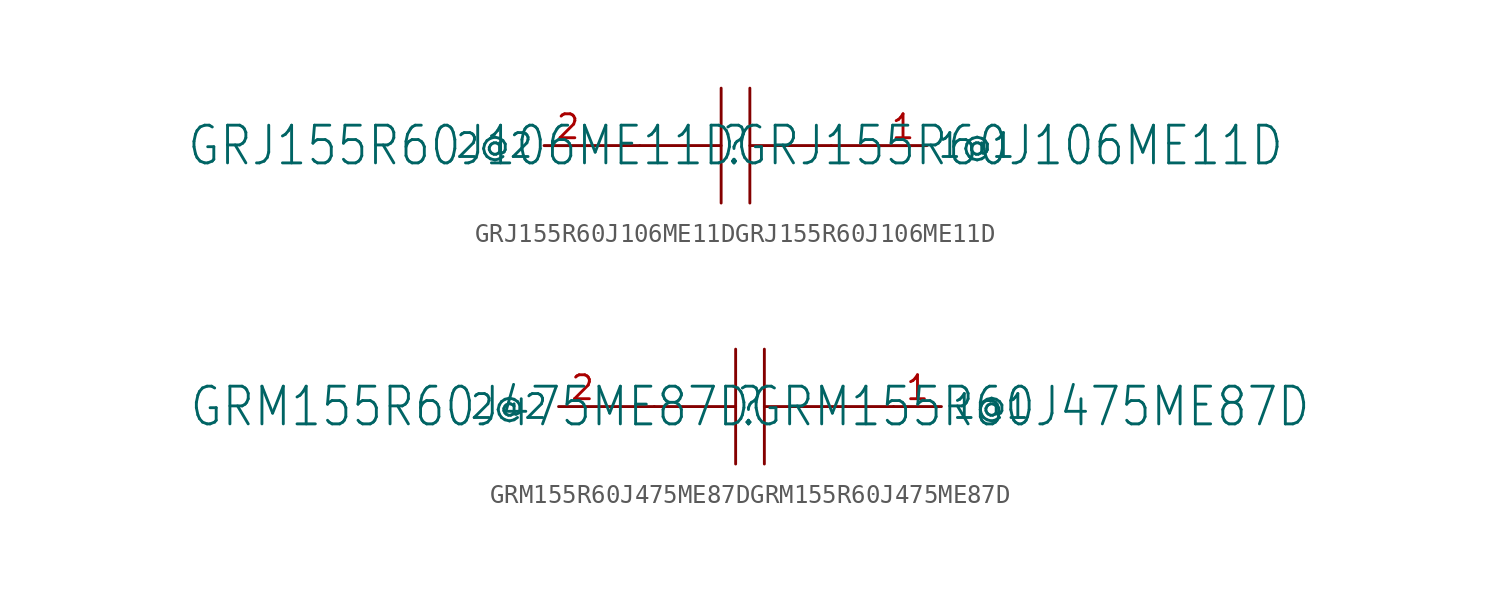
<source format=kicad_sym>
(kicad_symbol_lib
  (version 20211014)
  (generator kicad_symbol_editor)
  (symbol "GRJ155R60J106ME11DGRJ155R60J106ME11D"
    (property "Reference" ""
      (at 0 0 0)
      (effects (font (size 2 1.7))))
    (property "Value" "GRJ155R60J106ME11DGRJ155R60J106ME11D"
      (at 0 0 0)
      (effects (font (size 2 1.7))))
    (property "ki_locked" ""
      (at 0 0 0)
      (effects (font (size 1.27 1.27))))
    (symbol "GRJ155R60J106ME11DGRJ155R60J106ME11D_1_0"
      (polyline (pts (xy -7.62 0) (xy -5.08 0)) (stroke (width 0.152) (type default) (color 0 0 0 0)) (fill (type none)))
      (polyline (pts (xy -5.08 0) (xy -0.762 0)) (stroke (width 0.152) (type default) (color 0 0 0 0)) (fill (type none)))
      (polyline (pts (xy -0.762 -3.048) (xy -0.762 3.048)) (stroke (width 0.152) (type default) (color 0 0 0 0)) (fill (type none)))
      (polyline (pts (xy 0.762 -3.048) (xy 0.762 3.048)) (stroke (width 0.152) (type default) (color 0 0 0 0)) (fill (type none)))
      (polyline (pts (xy 0.762 0) (xy 5.08 0)) (stroke (width 0.152) (type default) (color 0 0 0 0)) (fill (type none)))
      (polyline (pts (xy 7.62 0) (xy 5.08 0)) (stroke (width 0.152) (type default) (color 0 0 0 0)) (fill (type none)))
      (pin passive line (at 7.62 0 0) (length 2.54) (name "1@1" (effects (font (size 1.27 1.27)))) (number "1" (effects (font (size 1.27 1.27)))))
      (pin passive line (at -7.62 0 180) (length 2.54) (name "2@2" (effects (font (size 1.27 1.27)))) (number "2" (effects (font (size 1.27 1.27)))))))
  (symbol "GRM155R60J475ME87DGRM155R60J475ME87D"
    (property "Reference" ""
      (at 0 0 0)
      (effects (font (size 2 1.7))))
    (property "Value" "GRM155R60J475ME87DGRM155R60J475ME87D"
      (at 0 0 0)
      (effects (font (size 2 1.7))))
    (property "ki_locked" ""
      (at 0 0 0)
      (effects (font (size 1.27 1.27))))
    (symbol "GRM155R60J475ME87DGRM155R60J475ME87D_1_0"
      (polyline (pts (xy -7.62 0) (xy -5.08 0)) (stroke (width 0.152) (type default) (color 0 0 0 0)) (fill (type none)))
      (polyline (pts (xy -5.08 0) (xy -0.762 0)) (stroke (width 0.152) (type default) (color 0 0 0 0)) (fill (type none)))
      (polyline (pts (xy -0.762 -3.048) (xy -0.762 3.048)) (stroke (width 0.152) (type default) (color 0 0 0 0)) (fill (type none)))
      (polyline (pts (xy 0.762 -3.048) (xy 0.762 3.048)) (stroke (width 0.152) (type default) (color 0 0 0 0)) (fill (type none)))
      (polyline (pts (xy 0.762 0) (xy 5.08 0)) (stroke (width 0.152) (type default) (color 0 0 0 0)) (fill (type none)))
      (polyline (pts (xy 7.62 0) (xy 5.08 0)) (stroke (width 0.152) (type default) (color 0 0 0 0)) (fill (type none)))
      (pin passive line (at 7.62 0 0) (length 2.54) (name "1@1" (effects (font (size 1.27 1.27)))) (number "1" (effects (font (size 1.27 1.27)))))
      (pin passive line (at -7.62 0 180) (length 2.54) (name "2@2" (effects (font (size 1.27 1.27)))) (number "2" (effects (font (size 1.27 1.27))))))))
</source>
